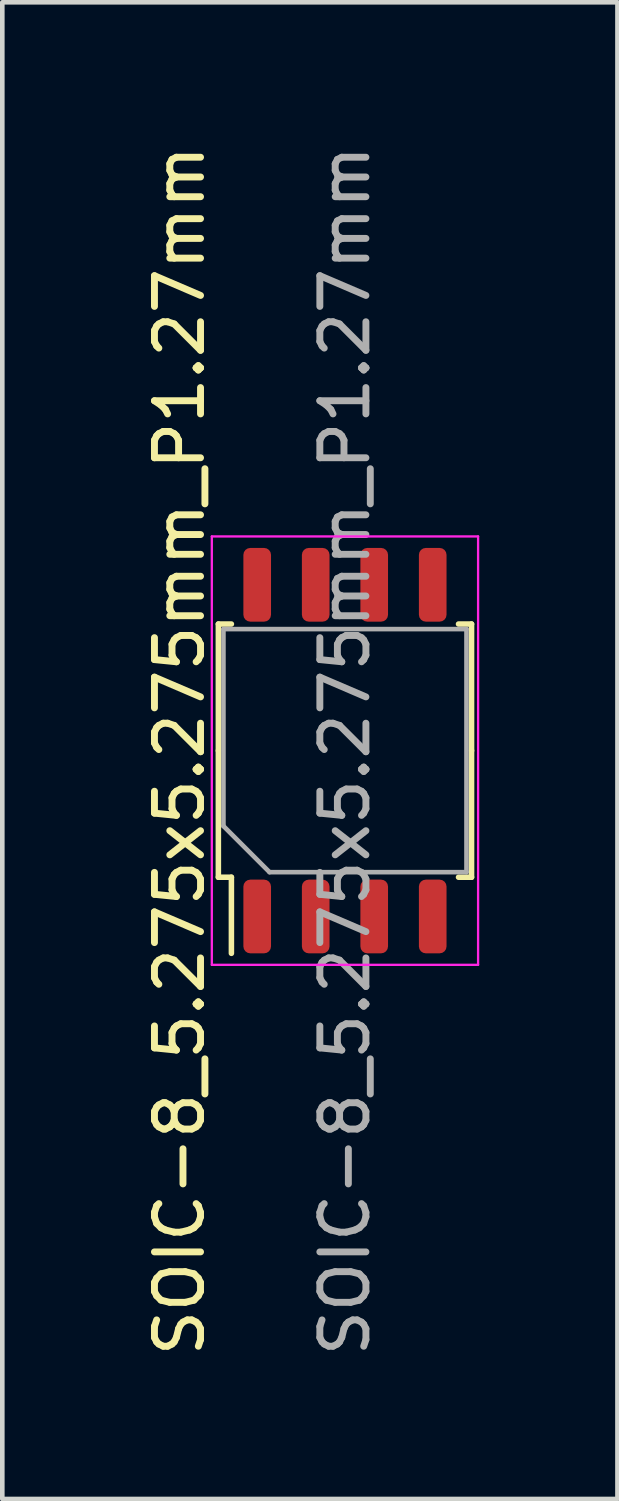
<source format=kicad_pcb>
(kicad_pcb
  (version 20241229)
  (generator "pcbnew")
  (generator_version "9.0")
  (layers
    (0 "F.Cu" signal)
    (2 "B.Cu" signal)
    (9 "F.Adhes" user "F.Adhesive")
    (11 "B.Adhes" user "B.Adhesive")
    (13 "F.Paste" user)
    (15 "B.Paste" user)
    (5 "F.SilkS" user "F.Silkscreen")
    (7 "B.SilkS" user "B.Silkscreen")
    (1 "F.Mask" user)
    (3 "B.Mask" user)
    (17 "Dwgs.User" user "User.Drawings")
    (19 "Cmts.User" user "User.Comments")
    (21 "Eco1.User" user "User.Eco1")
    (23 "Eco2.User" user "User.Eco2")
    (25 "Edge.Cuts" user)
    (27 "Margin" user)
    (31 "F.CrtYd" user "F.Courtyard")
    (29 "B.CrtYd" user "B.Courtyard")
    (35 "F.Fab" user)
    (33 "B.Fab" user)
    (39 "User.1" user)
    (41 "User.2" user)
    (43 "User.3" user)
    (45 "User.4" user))
  (footprint "SOIC-8_5.275x5.275mm_P1.27mm"
    (layer "F.Cu")
    (at 4.438 13.244)
    (property "Reference" "SOIC-8_5.275x5.275mm_P1.27mm" (at -3.59 0 90) (layer "F.SilkS") (effects (font (size 1 1) (thickness 0.15))))
    (attr smd)
    (fp_line (start -2.748 -2.748) (end -2.465 -2.748) (stroke (width 0.12) (type solid)) (layer "F.SilkS"))
    (fp_line (start -2.748 0) (end -2.748 -2.748) (stroke (width 0.12) (type solid)) (layer "F.SilkS"))
    (fp_line (start -2.748 0) (end -2.748 2.748) (stroke (width 0.12) (type solid)) (layer "F.SilkS"))
    (fp_line (start -2.748 2.748) (end -2.465 2.748) (stroke (width 0.12) (type solid)) (layer "F.SilkS"))
    (fp_line (start -2.465 2.748) (end -2.465 4.4) (stroke (width 0.12) (type solid)) (layer "F.SilkS"))
    (fp_line (start 2.748 -2.748) (end 2.465 -2.748) (stroke (width 0.12) (type solid)) (layer "F.SilkS"))
    (fp_line (start 2.748 0) (end 2.748 -2.748) (stroke (width 0.12) (type solid)) (layer "F.SilkS"))
    (fp_line (start 2.748 0) (end 2.748 2.748) (stroke (width 0.12) (type solid)) (layer "F.SilkS"))
    (fp_line (start 2.748 2.748) (end 2.465 2.748) (stroke (width 0.12) (type solid)) (layer "F.SilkS"))
    (fp_line (start -2.89 -4.65) (end -2.89 4.65) (stroke (width 0.05) (type solid)) (layer "F.CrtYd"))
    (fp_line (start -2.89 4.65) (end 2.89 4.65) (stroke (width 0.05) (type solid)) (layer "F.CrtYd"))
    (fp_line (start 2.89 -4.65) (end -2.89 -4.65) (stroke (width 0.05) (type solid)) (layer "F.CrtYd"))
    (fp_line (start 2.89 4.65) (end 2.89 -4.65) (stroke (width 0.05) (type solid)) (layer "F.CrtYd"))
    (fp_line (start -2.638 -2.638) (end 2.638 -2.638) (stroke (width 0.1) (type solid)) (layer "F.Fab"))
    (fp_line (start -2.638 1.637) (end -2.638 -2.638) (stroke (width 0.1) (type solid)) (layer "F.Fab"))
    (fp_line (start -1.637 2.638) (end -2.638 1.637) (stroke (width 0.1) (type solid)) (layer "F.Fab"))
    (fp_line (start 2.638 -2.638) (end 2.638 2.638) (stroke (width 0.1) (type solid)) (layer "F.Fab"))
    (fp_line (start 2.638 2.638) (end -1.637 2.638) (stroke (width 0.1) (type solid)) (layer "F.Fab"))
    (fp_text user "${REFERENCE}" (at 0 0 90) (layer "F.Fab") (effects (font (size 1 1) (thickness 0.15))))
    (pad "1" smd roundrect (at -1.905 3.6 90) (size 1.6 0.6) (layers "F.Cu" "F.Mask" "F.Paste") (roundrect_rratio 0.25))
    (pad "2" smd roundrect (at -0.635 3.6 90) (size 1.6 0.6) (layers "F.Cu" "F.Mask" "F.Paste") (roundrect_rratio 0.25))
    (pad "3" smd roundrect (at 0.635 3.6 90) (size 1.6 0.6) (layers "F.Cu" "F.Mask" "F.Paste") (roundrect_rratio 0.25))
    (pad "4" smd roundrect (at 1.905 3.6 90) (size 1.6 0.6) (layers "F.Cu" "F.Mask" "F.Paste") (roundrect_rratio 0.25))
    (pad "5" smd roundrect (at 1.905 -3.6 90) (size 1.6 0.6) (layers "F.Cu" "F.Mask" "F.Paste") (roundrect_rratio 0.25))
    (pad "6" smd roundrect (at 0.635 -3.6 90) (size 1.6 0.6) (layers "F.Cu" "F.Mask" "F.Paste") (roundrect_rratio 0.25))
    (pad "7" smd roundrect (at -0.635 -3.6 90) (size 1.6 0.6) (layers "F.Cu" "F.Mask" "F.Paste") (roundrect_rratio 0.25))
    (pad "8" smd roundrect (at -1.905 -3.6 90) (size 1.6 0.6) (layers "F.Cu" "F.Mask" "F.Paste") (roundrect_rratio 0.25)))
  (gr_rect
    (start -3 -3)
    (end 10.353 29.488)
    (stroke (width 0.1) (type default))
    (fill no)
    (layer "Edge.Cuts")))
</source>
